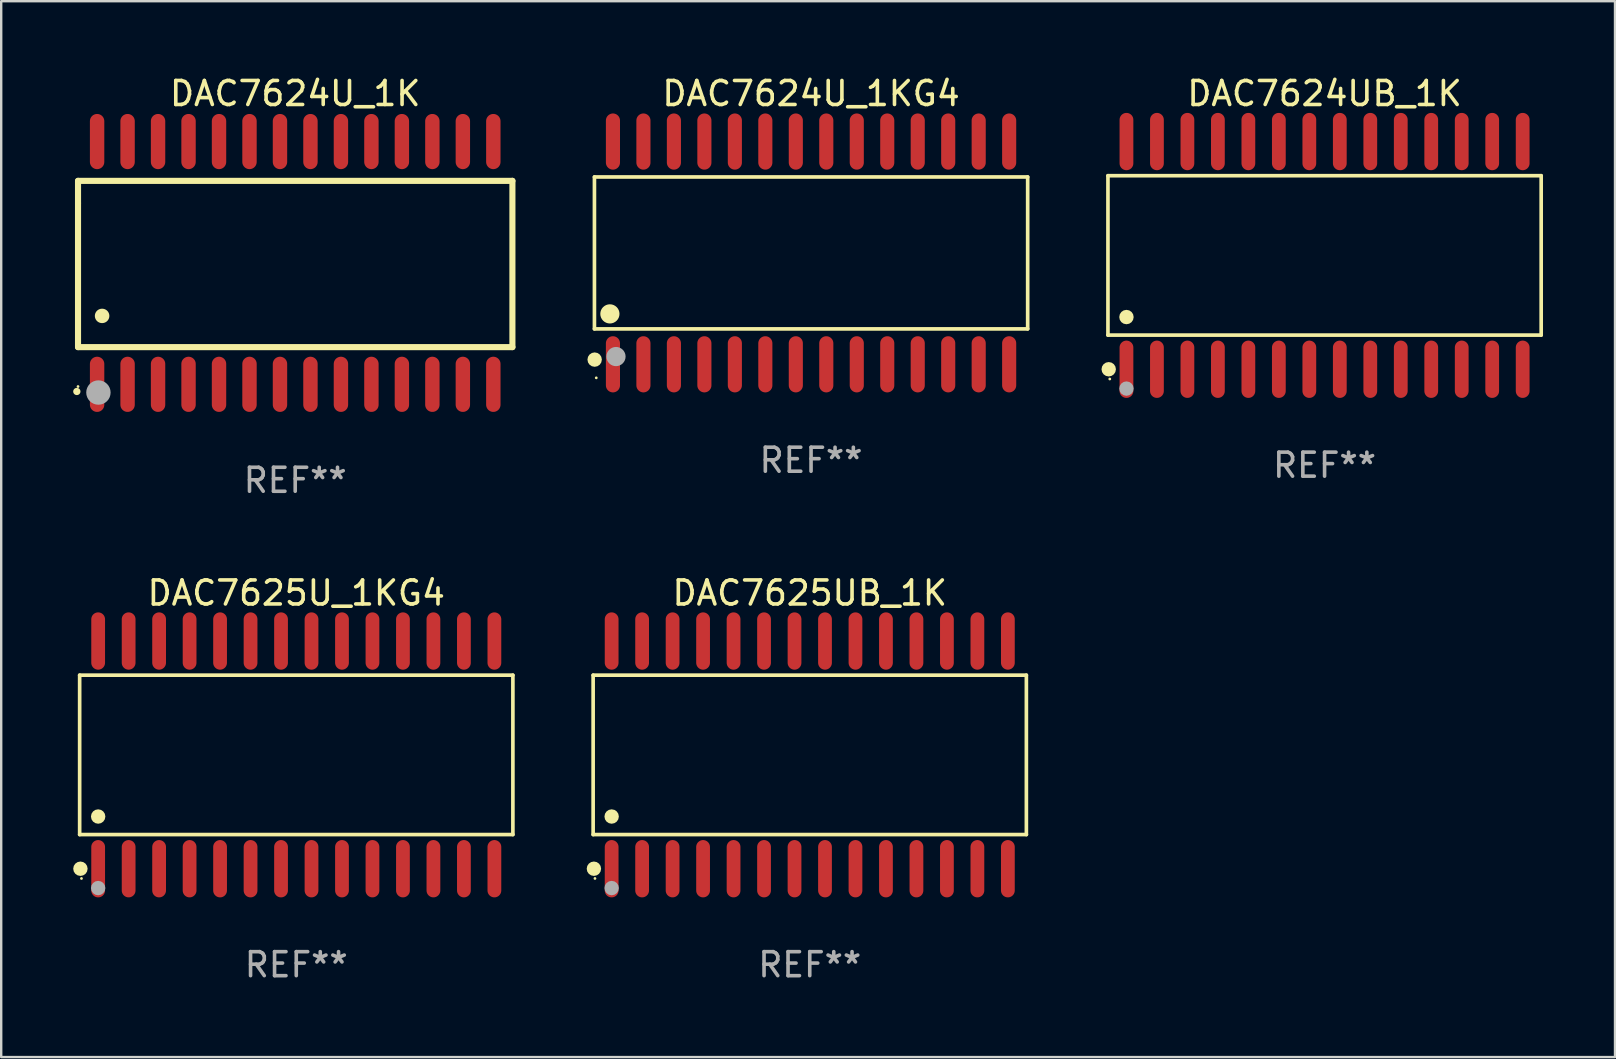
<source format=kicad_pcb>
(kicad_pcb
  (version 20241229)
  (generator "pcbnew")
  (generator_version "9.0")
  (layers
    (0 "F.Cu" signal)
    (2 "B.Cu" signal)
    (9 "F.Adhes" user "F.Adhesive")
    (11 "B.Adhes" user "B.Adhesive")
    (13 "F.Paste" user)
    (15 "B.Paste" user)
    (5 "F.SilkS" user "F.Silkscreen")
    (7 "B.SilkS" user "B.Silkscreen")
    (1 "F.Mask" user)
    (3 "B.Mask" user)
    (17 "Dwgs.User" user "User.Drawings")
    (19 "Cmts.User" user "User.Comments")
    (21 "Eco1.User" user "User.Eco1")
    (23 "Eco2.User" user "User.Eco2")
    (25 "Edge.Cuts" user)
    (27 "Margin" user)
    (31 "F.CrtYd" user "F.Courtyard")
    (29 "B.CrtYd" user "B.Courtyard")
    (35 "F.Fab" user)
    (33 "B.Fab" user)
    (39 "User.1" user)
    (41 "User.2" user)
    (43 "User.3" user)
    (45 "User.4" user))
  (footprint "DAC7625UB_1K"
    (layer "F.Cu")
    (at 30.691 28.404)
    (property "Reference" "DAC7625UB_1K" (at 0 -6.744 0) (layer "F.SilkS") (effects (font (size 1 1) (thickness 0.15))))
    (attr through_hole)
    (fp_line (start -9.026 -3.321) (end 9.026 -3.321) (stroke (width 0.152) (type solid)) (layer "F.SilkS"))
    (fp_line (start -9.026 3.321) (end -9.026 -3.321) (stroke (width 0.152) (type solid)) (layer "F.SilkS"))
    (fp_line (start 9.026 -3.321) (end 9.026 3.321) (stroke (width 0.152) (type solid)) (layer "F.SilkS"))
    (fp_line (start 9.026 3.321) (end -9.026 3.321) (stroke (width 0.152) (type solid)) (layer "F.SilkS"))
    (fp_circle (center -8.994 4.744) (end -8.844 4.744) (stroke (width 0.3) (type solid)) (fill no) (layer "F.SilkS"))
    (fp_circle (center -8.95 5.15) (end -8.92 5.15) (stroke (width 0.06) (type solid)) (fill no) (layer "F.SilkS"))
    (fp_circle (center -8.255 2.569) (end -8.105 2.569) (stroke (width 0.3) (type solid)) (fill no) (layer "F.SilkS"))
    (fp_circle (center -8.255 5.55) (end -8.105 5.55) (stroke (width 0.3) (type solid)) (fill no) (layer "F.Fab"))
    (fp_text user "REF**" (at 0 8.744 0) (layer "F.Fab") (effects (font (size 1 1) (thickness 0.15))))
    (pad "1" smd oval (at -8.255 4.744) (size 0.574 2.388) (layers "F.Cu" "F.Mask" "F.Paste"))
    (pad "2" smd oval (at -6.985 4.744) (size 0.574 2.388) (layers "F.Cu" "F.Mask" "F.Paste"))
    (pad "3" smd oval (at -5.715 4.744) (size 0.574 2.388) (layers "F.Cu" "F.Mask" "F.Paste"))
    (pad "4" smd oval (at -4.445 4.744) (size 0.574 2.388) (layers "F.Cu" "F.Mask" "F.Paste"))
    (pad "5" smd oval (at -3.175 4.744) (size 0.574 2.388) (layers "F.Cu" "F.Mask" "F.Paste"))
    (pad "6" smd oval (at -1.905 4.744) (size 0.574 2.388) (layers "F.Cu" "F.Mask" "F.Paste"))
    (pad "7" smd oval (at -0.635 4.744) (size 0.574 2.388) (layers "F.Cu" "F.Mask" "F.Paste"))
    (pad "8" smd oval (at 0.635 4.744) (size 0.574 2.388) (layers "F.Cu" "F.Mask" "F.Paste"))
    (pad "9" smd oval (at 1.905 4.744) (size 0.574 2.388) (layers "F.Cu" "F.Mask" "F.Paste"))
    (pad "10" smd oval (at 3.175 4.744) (size 0.574 2.388) (layers "F.Cu" "F.Mask" "F.Paste"))
    (pad "11" smd oval (at 4.445 4.744) (size 0.574 2.388) (layers "F.Cu" "F.Mask" "F.Paste"))
    (pad "12" smd oval (at 5.715 4.744) (size 0.574 2.388) (layers "F.Cu" "F.Mask" "F.Paste"))
    (pad "13" smd oval (at 6.985 4.744) (size 0.574 2.388) (layers "F.Cu" "F.Mask" "F.Paste"))
    (pad "14" smd oval (at 8.255 4.744) (size 0.574 2.388) (layers "F.Cu" "F.Mask" "F.Paste"))
    (pad "15" smd oval (at 8.255 -4.744) (size 0.574 2.388) (layers "F.Cu" "F.Mask" "F.Paste"))
    (pad "16" smd oval (at 6.985 -4.744) (size 0.574 2.388) (layers "F.Cu" "F.Mask" "F.Paste"))
    (pad "17" smd oval (at 5.715 -4.744) (size 0.574 2.388) (layers "F.Cu" "F.Mask" "F.Paste"))
    (pad "18" smd oval (at 4.445 -4.744) (size 0.574 2.388) (layers "F.Cu" "F.Mask" "F.Paste"))
    (pad "19" smd oval (at 3.175 -4.744) (size 0.574 2.388) (layers "F.Cu" "F.Mask" "F.Paste"))
    (pad "20" smd oval (at 1.905 -4.744) (size 0.574 2.388) (layers "F.Cu" "F.Mask" "F.Paste"))
    (pad "21" smd oval (at 0.635 -4.744) (size 0.574 2.388) (layers "F.Cu" "F.Mask" "F.Paste"))
    (pad "22" smd oval (at -0.635 -4.744) (size 0.574 2.388) (layers "F.Cu" "F.Mask" "F.Paste"))
    (pad "23" smd oval (at -1.905 -4.744) (size 0.574 2.388) (layers "F.Cu" "F.Mask" "F.Paste"))
    (pad "24" smd oval (at -3.175 -4.744) (size 0.574 2.388) (layers "F.Cu" "F.Mask" "F.Paste"))
    (pad "25" smd oval (at -4.445 -4.744) (size 0.574 2.388) (layers "F.Cu" "F.Mask" "F.Paste"))
    (pad "26" smd oval (at -5.715 -4.744) (size 0.574 2.388) (layers "F.Cu" "F.Mask" "F.Paste"))
    (pad "27" smd oval (at -6.985 -4.744) (size 0.574 2.388) (layers "F.Cu" "F.Mask" "F.Paste"))
    (pad "28" smd oval (at -8.255 -4.744) (size 0.574 2.388) (layers "F.Cu" "F.Mask" "F.Paste")))
  (footprint "DAC7624U_1K"
    (layer "F.Cu")
    (at 9.251 7.906)
    (property "Reference" "DAC7624U_1K" (at 0 -7.058 0) (layer "F.SilkS") (effects (font (size 1 1) (thickness 0.15))))
    (attr through_hole)
    (fp_line (start -9.05 -3.42) (end 9.05 -3.42) (stroke (width 0.254) (type solid)) (layer "F.SilkS"))
    (fp_line (start -9.05 -2.492) (end -9.05 -3.42) (stroke (width 0.254) (type solid)) (layer "F.SilkS"))
    (fp_line (start -9.05 3.508) (end -9.05 -2.492) (stroke (width 0.254) (type solid)) (layer "F.SilkS"))
    (fp_line (start 9.05 -3.42) (end 9.05 3.508) (stroke (width 0.254) (type solid)) (layer "F.SilkS"))
    (fp_line (start 9.05 3.508) (end -9.05 3.508) (stroke (width 0.254) (type solid)) (layer "F.SilkS"))
    (fp_arc (start -9.100838 5.35649) (mid -9.099568 5.356485) (end -9.098298 5.35649) (stroke (width 0.3) (type solid)) (layer "F.SilkS"))
    (fp_arc (start -8.049276 2.206883) (mid -8.046736 2.206872) (end -8.044196 2.206883) (stroke (width 0.6) (type solid)) (layer "F.SilkS"))
    (fp_circle (center -9.05 5.15) (end -9.02 5.15) (stroke (width 0.06) (type solid)) (fill no) (layer "F.SilkS"))
    (fp_circle (center -8.2 5.4) (end -7.946 5.4) (stroke (width 0.508) (type solid)) (fill no) (layer "F.Fab"))
    (fp_text user "REF**" (at 0 9.058 0) (layer "F.Fab") (effects (font (size 1 1) (thickness 0.15))))
    (pad "1" smd oval (at -8.255 5.058 180) (size 0.6 2.3) (layers "F.Cu" "F.Mask" "F.Paste"))
    (pad "2" smd oval (at -6.985 5.058 180) (size 0.6 2.3) (layers "F.Cu" "F.Mask" "F.Paste"))
    (pad "3" smd oval (at -5.715 5.058 180) (size 0.6 2.3) (layers "F.Cu" "F.Mask" "F.Paste"))
    (pad "4" smd oval (at -4.445 5.058 180) (size 0.6 2.3) (layers "F.Cu" "F.Mask" "F.Paste"))
    (pad "5" smd oval (at -3.175 5.058 180) (size 0.6 2.3) (layers "F.Cu" "F.Mask" "F.Paste"))
    (pad "6" smd oval (at -1.905 5.058 180) (size 0.6 2.3) (layers "F.Cu" "F.Mask" "F.Paste"))
    (pad "7" smd oval (at -0.635 5.058 180) (size 0.6 2.3) (layers "F.Cu" "F.Mask" "F.Paste"))
    (pad "8" smd oval (at 0.635 5.058 180) (size 0.6 2.3) (layers "F.Cu" "F.Mask" "F.Paste"))
    (pad "9" smd oval (at 1.905 5.058 180) (size 0.6 2.3) (layers "F.Cu" "F.Mask" "F.Paste"))
    (pad "10" smd oval (at 3.175 5.058 180) (size 0.6 2.3) (layers "F.Cu" "F.Mask" "F.Paste"))
    (pad "11" smd oval (at 4.445 5.058 180) (size 0.6 2.3) (layers "F.Cu" "F.Mask" "F.Paste"))
    (pad "12" smd oval (at 5.715 5.058 180) (size 0.6 2.3) (layers "F.Cu" "F.Mask" "F.Paste"))
    (pad "13" smd oval (at 6.985 5.058 180) (size 0.6 2.3) (layers "F.Cu" "F.Mask" "F.Paste"))
    (pad "14" smd oval (at 8.255 5.058 180) (size 0.6 2.3) (layers "F.Cu" "F.Mask" "F.Paste"))
    (pad "15" smd oval (at 8.255 -5.058 180) (size 0.6 2.3) (layers "F.Cu" "F.Mask" "F.Paste"))
    (pad "16" smd oval (at 6.985 -5.058 180) (size 0.6 2.3) (layers "F.Cu" "F.Mask" "F.Paste"))
    (pad "17" smd oval (at 5.715 -5.058 180) (size 0.6 2.3) (layers "F.Cu" "F.Mask" "F.Paste"))
    (pad "18" smd oval (at 4.445 -5.058 180) (size 0.6 2.3) (layers "F.Cu" "F.Mask" "F.Paste"))
    (pad "19" smd oval (at 3.175 -5.058 180) (size 0.6 2.3) (layers "F.Cu" "F.Mask" "F.Paste"))
    (pad "20" smd oval (at 1.905 -5.058 180) (size 0.6 2.3) (layers "F.Cu" "F.Mask" "F.Paste"))
    (pad "21" smd oval (at 0.635 -5.058 180) (size 0.6 2.3) (layers "F.Cu" "F.Mask" "F.Paste"))
    (pad "22" smd oval (at -0.635 -5.058 180) (size 0.6 2.3) (layers "F.Cu" "F.Mask" "F.Paste"))
    (pad "23" smd oval (at -1.905 -5.058 180) (size 0.6 2.3) (layers "F.Cu" "F.Mask" "F.Paste"))
    (pad "24" smd oval (at -3.175 -5.058 180) (size 0.6 2.3) (layers "F.Cu" "F.Mask" "F.Paste"))
    (pad "25" smd oval (at -4.445 -5.058 180) (size 0.6 2.3) (layers "F.Cu" "F.Mask" "F.Paste"))
    (pad "26" smd oval (at -5.715 -5.058 180) (size 0.6 2.3) (layers "F.Cu" "F.Mask" "F.Paste"))
    (pad "27" smd oval (at -6.985 -5.058 180) (size 0.6 2.3) (layers "F.Cu" "F.Mask" "F.Paste"))
    (pad "28" smd oval (at -8.255 -5.058 180) (size 0.6 2.3) (layers "F.Cu" "F.Mask" "F.Paste")))
  (footprint "DAC7624UB_1K"
    (layer "F.Cu")
    (at 52.142 7.592)
    (property "Reference" "DAC7624UB_1K" (at 0 -6.744 0) (layer "F.SilkS") (effects (font (size 1 1) (thickness 0.15))))
    (attr through_hole)
    (fp_line (start -9.026 -3.321) (end 9.026 -3.321) (stroke (width 0.152) (type solid)) (layer "F.SilkS"))
    (fp_line (start -9.026 3.321) (end -9.026 -3.321) (stroke (width 0.152) (type solid)) (layer "F.SilkS"))
    (fp_line (start 9.026 -3.321) (end 9.026 3.321) (stroke (width 0.152) (type solid)) (layer "F.SilkS"))
    (fp_line (start 9.026 3.321) (end -9.026 3.321) (stroke (width 0.152) (type solid)) (layer "F.SilkS"))
    (fp_circle (center -8.994 4.744) (end -8.844 4.744) (stroke (width 0.3) (type solid)) (fill no) (layer "F.SilkS"))
    (fp_circle (center -8.95 5.15) (end -8.92 5.15) (stroke (width 0.06) (type solid)) (fill no) (layer "F.SilkS"))
    (fp_circle (center -8.255 2.569) (end -8.105 2.569) (stroke (width 0.3) (type solid)) (fill no) (layer "F.SilkS"))
    (fp_circle (center -8.255 5.55) (end -8.105 5.55) (stroke (width 0.3) (type solid)) (fill no) (layer "F.Fab"))
    (fp_text user "REF**" (at 0 8.744 0) (layer "F.Fab") (effects (font (size 1 1) (thickness 0.15))))
    (pad "1" smd oval (at -8.255 4.744) (size 0.574 2.388) (layers "F.Cu" "F.Mask" "F.Paste"))
    (pad "2" smd oval (at -6.985 4.744) (size 0.574 2.388) (layers "F.Cu" "F.Mask" "F.Paste"))
    (pad "3" smd oval (at -5.715 4.744) (size 0.574 2.388) (layers "F.Cu" "F.Mask" "F.Paste"))
    (pad "4" smd oval (at -4.445 4.744) (size 0.574 2.388) (layers "F.Cu" "F.Mask" "F.Paste"))
    (pad "5" smd oval (at -3.175 4.744) (size 0.574 2.388) (layers "F.Cu" "F.Mask" "F.Paste"))
    (pad "6" smd oval (at -1.905 4.744) (size 0.574 2.388) (layers "F.Cu" "F.Mask" "F.Paste"))
    (pad "7" smd oval (at -0.635 4.744) (size 0.574 2.388) (layers "F.Cu" "F.Mask" "F.Paste"))
    (pad "8" smd oval (at 0.635 4.744) (size 0.574 2.388) (layers "F.Cu" "F.Mask" "F.Paste"))
    (pad "9" smd oval (at 1.905 4.744) (size 0.574 2.388) (layers "F.Cu" "F.Mask" "F.Paste"))
    (pad "10" smd oval (at 3.175 4.744) (size 0.574 2.388) (layers "F.Cu" "F.Mask" "F.Paste"))
    (pad "11" smd oval (at 4.445 4.744) (size 0.574 2.388) (layers "F.Cu" "F.Mask" "F.Paste"))
    (pad "12" smd oval (at 5.715 4.744) (size 0.574 2.388) (layers "F.Cu" "F.Mask" "F.Paste"))
    (pad "13" smd oval (at 6.985 4.744) (size 0.574 2.388) (layers "F.Cu" "F.Mask" "F.Paste"))
    (pad "14" smd oval (at 8.255 4.744) (size 0.574 2.388) (layers "F.Cu" "F.Mask" "F.Paste"))
    (pad "15" smd oval (at 8.255 -4.744) (size 0.574 2.388) (layers "F.Cu" "F.Mask" "F.Paste"))
    (pad "16" smd oval (at 6.985 -4.744) (size 0.574 2.388) (layers "F.Cu" "F.Mask" "F.Paste"))
    (pad "17" smd oval (at 5.715 -4.744) (size 0.574 2.388) (layers "F.Cu" "F.Mask" "F.Paste"))
    (pad "18" smd oval (at 4.445 -4.744) (size 0.574 2.388) (layers "F.Cu" "F.Mask" "F.Paste"))
    (pad "19" smd oval (at 3.175 -4.744) (size 0.574 2.388) (layers "F.Cu" "F.Mask" "F.Paste"))
    (pad "20" smd oval (at 1.905 -4.744) (size 0.574 2.388) (layers "F.Cu" "F.Mask" "F.Paste"))
    (pad "21" smd oval (at 0.635 -4.744) (size 0.574 2.388) (layers "F.Cu" "F.Mask" "F.Paste"))
    (pad "22" smd oval (at -0.635 -4.744) (size 0.574 2.388) (layers "F.Cu" "F.Mask" "F.Paste"))
    (pad "23" smd oval (at -1.905 -4.744) (size 0.574 2.388) (layers "F.Cu" "F.Mask" "F.Paste"))
    (pad "24" smd oval (at -3.175 -4.744) (size 0.574 2.388) (layers "F.Cu" "F.Mask" "F.Paste"))
    (pad "25" smd oval (at -4.445 -4.744) (size 0.574 2.388) (layers "F.Cu" "F.Mask" "F.Paste"))
    (pad "26" smd oval (at -5.715 -4.744) (size 0.574 2.388) (layers "F.Cu" "F.Mask" "F.Paste"))
    (pad "27" smd oval (at -6.985 -4.744) (size 0.574 2.388) (layers "F.Cu" "F.Mask" "F.Paste"))
    (pad "28" smd oval (at -8.255 -4.744) (size 0.574 2.388) (layers "F.Cu" "F.Mask" "F.Paste")))
  (footprint "DAC7624U_1KG4"
    (layer "F.Cu")
    (at 30.745 7.489)
    (property "Reference" "DAC7624U_1KG4" (at 0 -6.641 0) (layer "F.SilkS") (effects (font (size 1 1) (thickness 0.15))))
    (attr through_hole)
    (fp_line (start -9.026 -3.165) (end 9.026 -3.165) (stroke (width 0.152) (type solid)) (layer "F.SilkS"))
    (fp_line (start -9.026 3.165) (end -9.026 -3.165) (stroke (width 0.152) (type solid)) (layer "F.SilkS"))
    (fp_line (start 9.026 -3.165) (end 9.026 3.165) (stroke (width 0.152) (type solid)) (layer "F.SilkS"))
    (fp_line (start 9.026 3.165) (end -9.026 3.165) (stroke (width 0.152) (type solid)) (layer "F.SilkS"))
    (fp_circle (center -9.017 4.445) (end -8.867 4.445) (stroke (width 0.3) (type solid)) (fill no) (layer "F.SilkS"))
    (fp_circle (center -8.95 5.205) (end -8.92 5.205) (stroke (width 0.06) (type solid)) (fill no) (layer "F.SilkS"))
    (fp_circle (center -8.382 2.54) (end -8.182 2.54) (stroke (width 0.4) (type solid)) (fill no) (layer "F.SilkS"))
    (fp_circle (center -8.128 4.318) (end -7.928 4.318) (stroke (width 0.4) (type solid)) (fill no) (layer "F.Fab"))
    (fp_text user "REF**" (at 0 8.641 0) (layer "F.Fab") (effects (font (size 1 1) (thickness 0.15))))
    (pad "1" smd oval (at -8.255 4.641) (size 0.588 2.341) (layers "F.Cu" "F.Mask" "F.Paste"))
    (pad "2" smd oval (at -6.985 4.641) (size 0.588 2.341) (layers "F.Cu" "F.Mask" "F.Paste"))
    (pad "3" smd oval (at -5.715 4.641) (size 0.588 2.341) (layers "F.Cu" "F.Mask" "F.Paste"))
    (pad "4" smd oval (at -4.445 4.641) (size 0.588 2.341) (layers "F.Cu" "F.Mask" "F.Paste"))
    (pad "5" smd oval (at -3.175 4.641) (size 0.588 2.341) (layers "F.Cu" "F.Mask" "F.Paste"))
    (pad "6" smd oval (at -1.905 4.641) (size 0.588 2.341) (layers "F.Cu" "F.Mask" "F.Paste"))
    (pad "7" smd oval (at -0.635 4.641) (size 0.588 2.341) (layers "F.Cu" "F.Mask" "F.Paste"))
    (pad "8" smd oval (at 0.635 4.641) (size 0.588 2.341) (layers "F.Cu" "F.Mask" "F.Paste"))
    (pad "9" smd oval (at 1.905 4.641) (size 0.588 2.341) (layers "F.Cu" "F.Mask" "F.Paste"))
    (pad "10" smd oval (at 3.175 4.641) (size 0.588 2.341) (layers "F.Cu" "F.Mask" "F.Paste"))
    (pad "11" smd oval (at 4.445 4.641) (size 0.588 2.341) (layers "F.Cu" "F.Mask" "F.Paste"))
    (pad "12" smd oval (at 5.715 4.641) (size 0.588 2.341) (layers "F.Cu" "F.Mask" "F.Paste"))
    (pad "13" smd oval (at 6.985 4.641) (size 0.588 2.341) (layers "F.Cu" "F.Mask" "F.Paste"))
    (pad "14" smd oval (at 8.255 4.641) (size 0.588 2.341) (layers "F.Cu" "F.Mask" "F.Paste"))
    (pad "15" smd oval (at 8.255 -4.641) (size 0.588 2.341) (layers "F.Cu" "F.Mask" "F.Paste"))
    (pad "16" smd oval (at 6.985 -4.641) (size 0.588 2.341) (layers "F.Cu" "F.Mask" "F.Paste"))
    (pad "17" smd oval (at 5.715 -4.641) (size 0.588 2.341) (layers "F.Cu" "F.Mask" "F.Paste"))
    (pad "18" smd oval (at 4.445 -4.641) (size 0.588 2.341) (layers "F.Cu" "F.Mask" "F.Paste"))
    (pad "19" smd oval (at 3.175 -4.641) (size 0.588 2.341) (layers "F.Cu" "F.Mask" "F.Paste"))
    (pad "20" smd oval (at 1.905 -4.641) (size 0.588 2.341) (layers "F.Cu" "F.Mask" "F.Paste"))
    (pad "21" smd oval (at 0.635 -4.641) (size 0.588 2.341) (layers "F.Cu" "F.Mask" "F.Paste"))
    (pad "22" smd oval (at -0.635 -4.641) (size 0.588 2.341) (layers "F.Cu" "F.Mask" "F.Paste"))
    (pad "23" smd oval (at -1.905 -4.641) (size 0.588 2.341) (layers "F.Cu" "F.Mask" "F.Paste"))
    (pad "24" smd oval (at -3.175 -4.641) (size 0.588 2.341) (layers "F.Cu" "F.Mask" "F.Paste"))
    (pad "25" smd oval (at -4.445 -4.641) (size 0.588 2.341) (layers "F.Cu" "F.Mask" "F.Paste"))
    (pad "26" smd oval (at -5.715 -4.641) (size 0.588 2.341) (layers "F.Cu" "F.Mask" "F.Paste"))
    (pad "27" smd oval (at -6.985 -4.641) (size 0.588 2.341) (layers "F.Cu" "F.Mask" "F.Paste"))
    (pad "28" smd oval (at -8.255 -4.641) (size 0.588 2.341) (layers "F.Cu" "F.Mask" "F.Paste")))
  (footprint "DAC7625U_1KG4"
    (layer "F.Cu")
    (at 9.295 28.404)
    (property "Reference" "DAC7625U_1KG4" (at 0 -6.744 0) (layer "F.SilkS") (effects (font (size 1 1) (thickness 0.15))))
    (attr through_hole)
    (fp_line (start -9.026 -3.321) (end 9.026 -3.321) (stroke (width 0.152) (type solid)) (layer "F.SilkS"))
    (fp_line (start -9.026 3.321) (end -9.026 -3.321) (stroke (width 0.152) (type solid)) (layer "F.SilkS"))
    (fp_line (start 9.026 -3.321) (end 9.026 3.321) (stroke (width 0.152) (type solid)) (layer "F.SilkS"))
    (fp_line (start 9.026 3.321) (end -9.026 3.321) (stroke (width 0.152) (type solid)) (layer "F.SilkS"))
    (fp_circle (center -8.994 4.744) (end -8.844 4.744) (stroke (width 0.3) (type solid)) (fill no) (layer "F.SilkS"))
    (fp_circle (center -8.95 5.15) (end -8.92 5.15) (stroke (width 0.06) (type solid)) (fill no) (layer "F.SilkS"))
    (fp_circle (center -8.255 2.569) (end -8.105 2.569) (stroke (width 0.3) (type solid)) (fill no) (layer "F.SilkS"))
    (fp_circle (center -8.255 5.55) (end -8.105 5.55) (stroke (width 0.3) (type solid)) (fill no) (layer "F.Fab"))
    (fp_text user "REF**" (at 0 8.744 0) (layer "F.Fab") (effects (font (size 1 1) (thickness 0.15))))
    (pad "1" smd oval (at -8.255 4.744) (size 0.574 2.388) (layers "F.Cu" "F.Mask" "F.Paste"))
    (pad "2" smd oval (at -6.985 4.744) (size 0.574 2.388) (layers "F.Cu" "F.Mask" "F.Paste"))
    (pad "3" smd oval (at -5.715 4.744) (size 0.574 2.388) (layers "F.Cu" "F.Mask" "F.Paste"))
    (pad "4" smd oval (at -4.445 4.744) (size 0.574 2.388) (layers "F.Cu" "F.Mask" "F.Paste"))
    (pad "5" smd oval (at -3.175 4.744) (size 0.574 2.388) (layers "F.Cu" "F.Mask" "F.Paste"))
    (pad "6" smd oval (at -1.905 4.744) (size 0.574 2.388) (layers "F.Cu" "F.Mask" "F.Paste"))
    (pad "7" smd oval (at -0.635 4.744) (size 0.574 2.388) (layers "F.Cu" "F.Mask" "F.Paste"))
    (pad "8" smd oval (at 0.635 4.744) (size 0.574 2.388) (layers "F.Cu" "F.Mask" "F.Paste"))
    (pad "9" smd oval (at 1.905 4.744) (size 0.574 2.388) (layers "F.Cu" "F.Mask" "F.Paste"))
    (pad "10" smd oval (at 3.175 4.744) (size 0.574 2.388) (layers "F.Cu" "F.Mask" "F.Paste"))
    (pad "11" smd oval (at 4.445 4.744) (size 0.574 2.388) (layers "F.Cu" "F.Mask" "F.Paste"))
    (pad "12" smd oval (at 5.715 4.744) (size 0.574 2.388) (layers "F.Cu" "F.Mask" "F.Paste"))
    (pad "13" smd oval (at 6.985 4.744) (size 0.574 2.388) (layers "F.Cu" "F.Mask" "F.Paste"))
    (pad "14" smd oval (at 8.255 4.744) (size 0.574 2.388) (layers "F.Cu" "F.Mask" "F.Paste"))
    (pad "15" smd oval (at 8.255 -4.744) (size 0.574 2.388) (layers "F.Cu" "F.Mask" "F.Paste"))
    (pad "16" smd oval (at 6.985 -4.744) (size 0.574 2.388) (layers "F.Cu" "F.Mask" "F.Paste"))
    (pad "17" smd oval (at 5.715 -4.744) (size 0.574 2.388) (layers "F.Cu" "F.Mask" "F.Paste"))
    (pad "18" smd oval (at 4.445 -4.744) (size 0.574 2.388) (layers "F.Cu" "F.Mask" "F.Paste"))
    (pad "19" smd oval (at 3.175 -4.744) (size 0.574 2.388) (layers "F.Cu" "F.Mask" "F.Paste"))
    (pad "20" smd oval (at 1.905 -4.744) (size 0.574 2.388) (layers "F.Cu" "F.Mask" "F.Paste"))
    (pad "21" smd oval (at 0.635 -4.744) (size 0.574 2.388) (layers "F.Cu" "F.Mask" "F.Paste"))
    (pad "22" smd oval (at -0.635 -4.744) (size 0.574 2.388) (layers "F.Cu" "F.Mask" "F.Paste"))
    (pad "23" smd oval (at -1.905 -4.744) (size 0.574 2.388) (layers "F.Cu" "F.Mask" "F.Paste"))
    (pad "24" smd oval (at -3.175 -4.744) (size 0.574 2.388) (layers "F.Cu" "F.Mask" "F.Paste"))
    (pad "25" smd oval (at -4.445 -4.744) (size 0.574 2.388) (layers "F.Cu" "F.Mask" "F.Paste"))
    (pad "26" smd oval (at -5.715 -4.744) (size 0.574 2.388) (layers "F.Cu" "F.Mask" "F.Paste"))
    (pad "27" smd oval (at -6.985 -4.744) (size 0.574 2.388) (layers "F.Cu" "F.Mask" "F.Paste"))
    (pad "28" smd oval (at -8.255 -4.744) (size 0.574 2.388) (layers "F.Cu" "F.Mask" "F.Paste")))
  (gr_rect
    (start -3 -3)
    (end 64.244 40.996)
    (stroke (width 0.1) (type default))
    (fill no)
    (layer "Edge.Cuts")))
</source>
